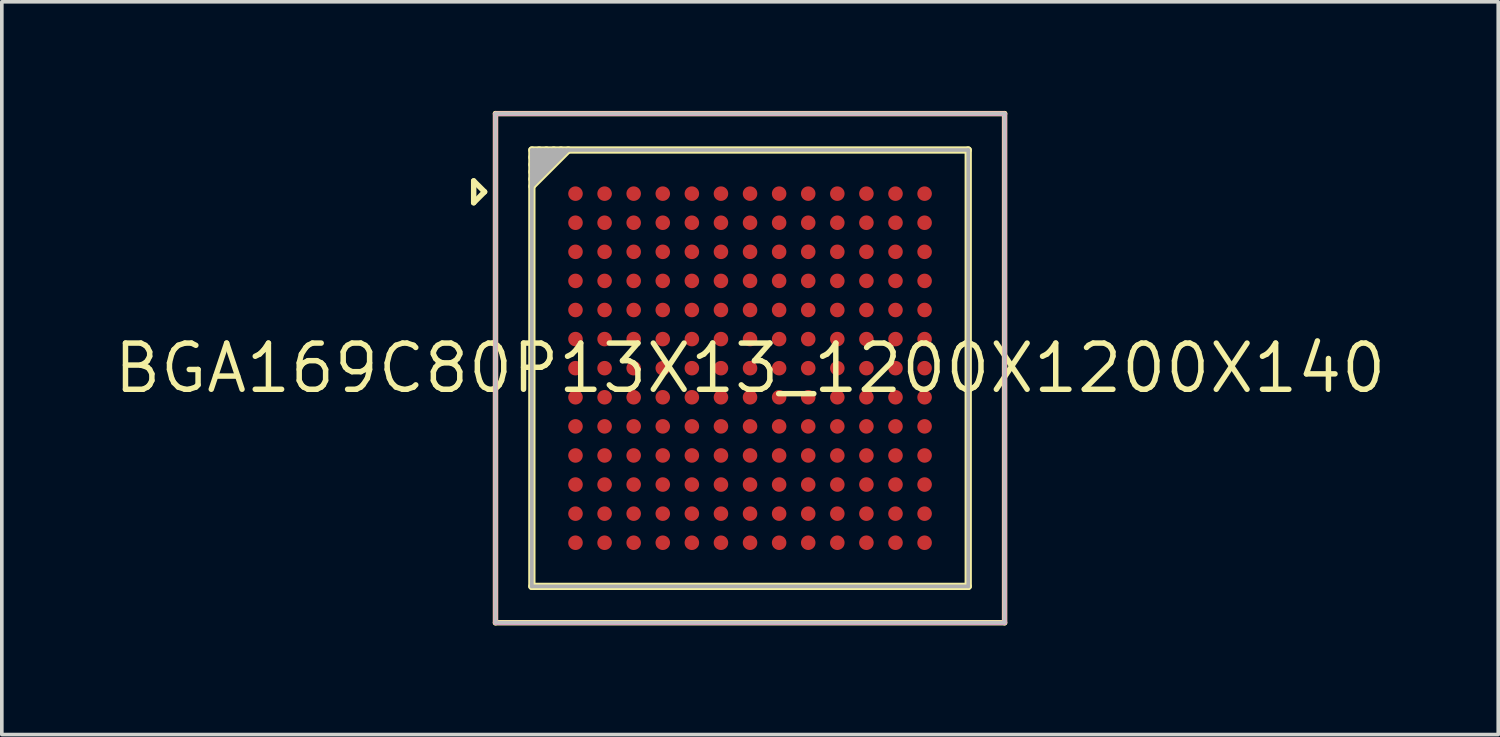
<source format=kicad_pcb>
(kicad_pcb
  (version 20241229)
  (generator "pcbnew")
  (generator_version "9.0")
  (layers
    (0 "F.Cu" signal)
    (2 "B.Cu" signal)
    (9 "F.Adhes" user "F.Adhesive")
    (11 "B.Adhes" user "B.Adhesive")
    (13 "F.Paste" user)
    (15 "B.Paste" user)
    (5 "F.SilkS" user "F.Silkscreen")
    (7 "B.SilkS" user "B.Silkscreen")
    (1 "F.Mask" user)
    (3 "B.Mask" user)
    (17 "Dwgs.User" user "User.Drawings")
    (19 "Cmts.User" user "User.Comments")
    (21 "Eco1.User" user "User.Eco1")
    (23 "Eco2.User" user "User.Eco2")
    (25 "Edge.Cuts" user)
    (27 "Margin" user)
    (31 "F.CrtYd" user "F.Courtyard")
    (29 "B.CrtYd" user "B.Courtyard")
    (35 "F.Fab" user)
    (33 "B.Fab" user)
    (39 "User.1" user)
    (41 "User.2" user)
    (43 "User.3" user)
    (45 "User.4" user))
  (footprint "BGA169C80P13X13_1200X1200X140"
    (layer "F.Cu")
    (at 17.576 7.075)
    (property "Reference" "BGA169C80P13X13_1200X1200X140" (at 0 0 0) (layer "F.SilkS") (effects (font (size 1.27 1.27) (thickness 0.15))))
    (fp_line (start -7.6 -5.15) (end -7.6 -4.55) (stroke (width 0.15) (type solid)) (layer "F.SilkS"))
    (fp_line (start -7.6 -4.55) (end -7.3 -4.85) (stroke (width 0.15) (type solid)) (layer "F.SilkS"))
    (fp_line (start -7.3 -4.85) (end -7.6 -5.15) (stroke (width 0.15) (type solid)) (layer "F.SilkS"))
    (fp_line (start -7 -7) (end 7 -7) (stroke (width 0.15) (type solid)) (layer "F.SilkS"))
    (fp_line (start -7 7) (end -7 -7) (stroke (width 0.15) (type solid)) (layer "F.SilkS"))
    (fp_line (start -6 -6) (end 6 -6) (stroke (width 0.2) (type solid)) (layer "F.SilkS"))
    (fp_line (start -6 6) (end -6 -6) (stroke (width 0.2) (type solid)) (layer "F.SilkS"))
    (fp_line (start -5.8 -6) (end -6 -5.8) (stroke (width 0.2) (type solid)) (layer "F.SilkS"))
    (fp_line (start -5.6 -6) (end -6 -5.6) (stroke (width 0.2) (type solid)) (layer "F.SilkS"))
    (fp_line (start -5.4 -6) (end -6 -5.4) (stroke (width 0.2) (type solid)) (layer "F.SilkS"))
    (fp_line (start -5.2 -6) (end -6 -5.2) (stroke (width 0.2) (type solid)) (layer "F.SilkS"))
    (fp_line (start -5 -6) (end -6 -5) (stroke (width 0.2) (type solid)) (layer "F.SilkS"))
    (fp_line (start 6 -6) (end 6 6) (stroke (width 0.2) (type solid)) (layer "F.SilkS"))
    (fp_line (start 6 6) (end -6 6) (stroke (width 0.2) (type solid)) (layer "F.SilkS"))
    (fp_line (start 7 -7) (end 7 7) (stroke (width 0.15) (type solid)) (layer "F.SilkS"))
    (fp_line (start 7 7) (end -7 7) (stroke (width 0.15) (type solid)) (layer "F.SilkS"))
    (fp_line (start -7 -7) (end 7 -7) (stroke (width 0.1) (type solid)) (layer "Dwgs.User"))
    (fp_line (start -7 7) (end -7 -7) (stroke (width 0.1) (type solid)) (layer "Dwgs.User"))
    (fp_line (start -6 -6) (end 6 -6) (stroke (width 0.001) (type solid)) (layer "Dwgs.User"))
    (fp_line (start -6 6) (end -6 -6) (stroke (width 0.001) (type solid)) (layer "Dwgs.User"))
    (fp_line (start 6 -6) (end 6 6) (stroke (width 0.001) (type solid)) (layer "Dwgs.User"))
    (fp_line (start 6 6) (end -6 6) (stroke (width 0.001) (type solid)) (layer "Dwgs.User"))
    (fp_line (start 7 -7) (end 7 7) (stroke (width 0.1) (type solid)) (layer "Dwgs.User"))
    (fp_line (start 7 7) (end -7 7) (stroke (width 0.1) (type solid)) (layer "Dwgs.User"))
    (fp_line (start -7 -7) (end 7 -7) (stroke (width 0.1) (type solid)) (layer "F.CrtYd"))
    (fp_line (start -7 7) (end -7 -7) (stroke (width 0.1) (type solid)) (layer "F.CrtYd"))
    (fp_line (start 7 -7) (end 7 7) (stroke (width 0.1) (type solid)) (layer "F.CrtYd"))
    (fp_line (start 7 7) (end -7 7) (stroke (width 0.1) (type solid)) (layer "F.CrtYd"))
    (fp_line (start -6 -6) (end 6 -6) (stroke (width 0.1) (type solid)) (layer "F.Fab"))
    (fp_line (start -6 6) (end -6 -6) (stroke (width 0.1) (type solid)) (layer "F.Fab"))
    (fp_line (start -5.9 -6) (end -6 -5.9) (stroke (width 0.1) (type solid)) (layer "F.Fab"))
    (fp_line (start -5.8 -6) (end -6 -5.8) (stroke (width 0.1) (type solid)) (layer "F.Fab"))
    (fp_line (start -5.7 -6) (end -6 -5.7) (stroke (width 0.1) (type solid)) (layer "F.Fab"))
    (fp_line (start -5.6 -6) (end -6 -5.6) (stroke (width 0.1) (type solid)) (layer "F.Fab"))
    (fp_line (start -5.5 -6) (end -6 -5.5) (stroke (width 0.1) (type solid)) (layer "F.Fab"))
    (fp_line (start -5.4 -6) (end -6 -5.4) (stroke (width 0.1) (type solid)) (layer "F.Fab"))
    (fp_line (start -5.3 -6) (end -6 -5.3) (stroke (width 0.1) (type solid)) (layer "F.Fab"))
    (fp_line (start -5.2 -6) (end -6 -5.2) (stroke (width 0.1) (type solid)) (layer "F.Fab"))
    (fp_line (start -5.1 -6) (end -6 -5.1) (stroke (width 0.1) (type solid)) (layer "F.Fab"))
    (fp_line (start -5 -6) (end -6 -5) (stroke (width 0.1) (type solid)) (layer "F.Fab"))
    (fp_line (start 6 -6) (end 6 6) (stroke (width 0.1) (type solid)) (layer "F.Fab"))
    (fp_line (start 6 6) (end -6 6) (stroke (width 0.1) (type solid)) (layer "F.Fab"))
    (pad "A1" smd circle (at -4.8 -4.8) (size 0.4 0.4) (layers "F.Cu" "F.Mask" "F.Paste"))
    (pad "A2" smd circle (at -4 -4.8) (size 0.4 0.4) (layers "F.Cu" "F.Mask" "F.Paste"))
    (pad "A3" smd circle (at -3.2 -4.8) (size 0.4 0.4) (layers "F.Cu" "F.Mask" "F.Paste"))
    (pad "A4" smd circle (at -2.4 -4.8) (size 0.4 0.4) (layers "F.Cu" "F.Mask" "F.Paste"))
    (pad "A5" smd circle (at -1.6 -4.8) (size 0.4 0.4) (layers "F.Cu" "F.Mask" "F.Paste"))
    (pad "A6" smd circle (at -0.8 -4.8) (size 0.4 0.4) (layers "F.Cu" "F.Mask" "F.Paste"))
    (pad "A7" smd circle (at 0 -4.8) (size 0.4 0.4) (layers "F.Cu" "F.Mask" "F.Paste"))
    (pad "A8" smd circle (at 0.8 -4.8) (size 0.4 0.4) (layers "F.Cu" "F.Mask" "F.Paste"))
    (pad "A9" smd circle (at 1.6 -4.8) (size 0.4 0.4) (layers "F.Cu" "F.Mask" "F.Paste"))
    (pad "A10" smd circle (at 2.4 -4.8) (size 0.4 0.4) (layers "F.Cu" "F.Mask" "F.Paste"))
    (pad "A11" smd circle (at 3.2 -4.8) (size 0.4 0.4) (layers "F.Cu" "F.Mask" "F.Paste"))
    (pad "A12" smd circle (at 4 -4.8) (size 0.4 0.4) (layers "F.Cu" "F.Mask" "F.Paste"))
    (pad "A13" smd circle (at 4.8 -4.8) (size 0.4 0.4) (layers "F.Cu" "F.Mask" "F.Paste"))
    (pad "B1" smd circle (at -4.8 -4) (size 0.4 0.4) (layers "F.Cu" "F.Mask" "F.Paste"))
    (pad "B2" smd circle (at -4 -4) (size 0.4 0.4) (layers "F.Cu" "F.Mask" "F.Paste"))
    (pad "B3" smd circle (at -3.2 -4) (size 0.4 0.4) (layers "F.Cu" "F.Mask" "F.Paste"))
    (pad "B4" smd circle (at -2.4 -4) (size 0.4 0.4) (layers "F.Cu" "F.Mask" "F.Paste"))
    (pad "B5" smd circle (at -1.6 -4) (size 0.4 0.4) (layers "F.Cu" "F.Mask" "F.Paste"))
    (pad "B6" smd circle (at -0.8 -4) (size 0.4 0.4) (layers "F.Cu" "F.Mask" "F.Paste"))
    (pad "B7" smd circle (at 0 -4) (size 0.4 0.4) (layers "F.Cu" "F.Mask" "F.Paste"))
    (pad "B8" smd circle (at 0.8 -4) (size 0.4 0.4) (layers "F.Cu" "F.Mask" "F.Paste"))
    (pad "B9" smd circle (at 1.6 -4) (size 0.4 0.4) (layers "F.Cu" "F.Mask" "F.Paste"))
    (pad "B10" smd circle (at 2.4 -4) (size 0.4 0.4) (layers "F.Cu" "F.Mask" "F.Paste"))
    (pad "B11" smd circle (at 3.2 -4) (size 0.4 0.4) (layers "F.Cu" "F.Mask" "F.Paste"))
    (pad "B12" smd circle (at 4 -4) (size 0.4 0.4) (layers "F.Cu" "F.Mask" "F.Paste"))
    (pad "B13" smd circle (at 4.8 -4) (size 0.4 0.4) (layers "F.Cu" "F.Mask" "F.Paste"))
    (pad "C1" smd circle (at -4.8 -3.2) (size 0.4 0.4) (layers "F.Cu" "F.Mask" "F.Paste"))
    (pad "C2" smd circle (at -4 -3.2) (size 0.4 0.4) (layers "F.Cu" "F.Mask" "F.Paste"))
    (pad "C3" smd circle (at -3.2 -3.2) (size 0.4 0.4) (layers "F.Cu" "F.Mask" "F.Paste"))
    (pad "C4" smd circle (at -2.4 -3.2) (size 0.4 0.4) (layers "F.Cu" "F.Mask" "F.Paste"))
    (pad "C5" smd circle (at -1.6 -3.2) (size 0.4 0.4) (layers "F.Cu" "F.Mask" "F.Paste"))
    (pad "C6" smd circle (at -0.8 -3.2) (size 0.4 0.4) (layers "F.Cu" "F.Mask" "F.Paste"))
    (pad "C7" smd circle (at 0 -3.2) (size 0.4 0.4) (layers "F.Cu" "F.Mask" "F.Paste"))
    (pad "C8" smd circle (at 0.8 -3.2) (size 0.4 0.4) (layers "F.Cu" "F.Mask" "F.Paste"))
    (pad "C9" smd circle (at 1.6 -3.2) (size 0.4 0.4) (layers "F.Cu" "F.Mask" "F.Paste"))
    (pad "C10" smd circle (at 2.4 -3.2) (size 0.4 0.4) (layers "F.Cu" "F.Mask" "F.Paste"))
    (pad "C11" smd circle (at 3.2 -3.2) (size 0.4 0.4) (layers "F.Cu" "F.Mask" "F.Paste"))
    (pad "C12" smd circle (at 4 -3.2) (size 0.4 0.4) (layers "F.Cu" "F.Mask" "F.Paste"))
    (pad "C13" smd circle (at 4.8 -3.2) (size 0.4 0.4) (layers "F.Cu" "F.Mask" "F.Paste"))
    (pad "D1" smd circle (at -4.8 -2.4) (size 0.4 0.4) (layers "F.Cu" "F.Mask" "F.Paste"))
    (pad "D2" smd circle (at -4 -2.4) (size 0.4 0.4) (layers "F.Cu" "F.Mask" "F.Paste"))
    (pad "D3" smd circle (at -3.2 -2.4) (size 0.4 0.4) (layers "F.Cu" "F.Mask" "F.Paste"))
    (pad "D4" smd circle (at -2.4 -2.4) (size 0.4 0.4) (layers "F.Cu" "F.Mask" "F.Paste"))
    (pad "D5" smd circle (at -1.6 -2.4) (size 0.4 0.4) (layers "F.Cu" "F.Mask" "F.Paste"))
    (pad "D6" smd circle (at -0.8 -2.4) (size 0.4 0.4) (layers "F.Cu" "F.Mask" "F.Paste"))
    (pad "D7" smd circle (at 0 -2.4) (size 0.4 0.4) (layers "F.Cu" "F.Mask" "F.Paste"))
    (pad "D8" smd circle (at 0.8 -2.4) (size 0.4 0.4) (layers "F.Cu" "F.Mask" "F.Paste"))
    (pad "D9" smd circle (at 1.6 -2.4) (size 0.4 0.4) (layers "F.Cu" "F.Mask" "F.Paste"))
    (pad "D10" smd circle (at 2.4 -2.4) (size 0.4 0.4) (layers "F.Cu" "F.Mask" "F.Paste"))
    (pad "D11" smd circle (at 3.2 -2.4) (size 0.4 0.4) (layers "F.Cu" "F.Mask" "F.Paste"))
    (pad "D12" smd circle (at 4 -2.4) (size 0.4 0.4) (layers "F.Cu" "F.Mask" "F.Paste"))
    (pad "D13" smd circle (at 4.8 -2.4) (size 0.4 0.4) (layers "F.Cu" "F.Mask" "F.Paste"))
    (pad "E1" smd circle (at -4.8 -1.6) (size 0.4 0.4) (layers "F.Cu" "F.Mask" "F.Paste"))
    (pad "E2" smd circle (at -4 -1.6) (size 0.4 0.4) (layers "F.Cu" "F.Mask" "F.Paste"))
    (pad "E3" smd circle (at -3.2 -1.6) (size 0.4 0.4) (layers "F.Cu" "F.Mask" "F.Paste"))
    (pad "E4" smd circle (at -2.4 -1.6) (size 0.4 0.4) (layers "F.Cu" "F.Mask" "F.Paste"))
    (pad "E5" smd circle (at -1.6 -1.6) (size 0.4 0.4) (layers "F.Cu" "F.Mask" "F.Paste"))
    (pad "E6" smd circle (at -0.8 -1.6) (size 0.4 0.4) (layers "F.Cu" "F.Mask" "F.Paste"))
    (pad "E7" smd circle (at 0 -1.6) (size 0.4 0.4) (layers "F.Cu" "F.Mask" "F.Paste"))
    (pad "E8" smd circle (at 0.8 -1.6) (size 0.4 0.4) (layers "F.Cu" "F.Mask" "F.Paste"))
    (pad "E9" smd circle (at 1.6 -1.6) (size 0.4 0.4) (layers "F.Cu" "F.Mask" "F.Paste"))
    (pad "E10" smd circle (at 2.4 -1.6) (size 0.4 0.4) (layers "F.Cu" "F.Mask" "F.Paste"))
    (pad "E11" smd circle (at 3.2 -1.6) (size 0.4 0.4) (layers "F.Cu" "F.Mask" "F.Paste"))
    (pad "E12" smd circle (at 4 -1.6) (size 0.4 0.4) (layers "F.Cu" "F.Mask" "F.Paste"))
    (pad "E13" smd circle (at 4.8 -1.6) (size 0.4 0.4) (layers "F.Cu" "F.Mask" "F.Paste"))
    (pad "F1" smd circle (at -4.8 -0.8) (size 0.4 0.4) (layers "F.Cu" "F.Mask" "F.Paste"))
    (pad "F2" smd circle (at -4 -0.8) (size 0.4 0.4) (layers "F.Cu" "F.Mask" "F.Paste"))
    (pad "F3" smd circle (at -3.2 -0.8) (size 0.4 0.4) (layers "F.Cu" "F.Mask" "F.Paste"))
    (pad "F4" smd circle (at -2.4 -0.8) (size 0.4 0.4) (layers "F.Cu" "F.Mask" "F.Paste"))
    (pad "F5" smd circle (at -1.6 -0.8) (size 0.4 0.4) (layers "F.Cu" "F.Mask" "F.Paste"))
    (pad "F6" smd circle (at -0.8 -0.8) (size 0.4 0.4) (layers "F.Cu" "F.Mask" "F.Paste"))
    (pad "F7" smd circle (at 0 -0.8) (size 0.4 0.4) (layers "F.Cu" "F.Mask" "F.Paste"))
    (pad "F8" smd circle (at 0.8 -0.8) (size 0.4 0.4) (layers "F.Cu" "F.Mask" "F.Paste"))
    (pad "F9" smd circle (at 1.6 -0.8) (size 0.4 0.4) (layers "F.Cu" "F.Mask" "F.Paste"))
    (pad "F10" smd circle (at 2.4 -0.8) (size 0.4 0.4) (layers "F.Cu" "F.Mask" "F.Paste"))
    (pad "F11" smd circle (at 3.2 -0.8) (size 0.4 0.4) (layers "F.Cu" "F.Mask" "F.Paste"))
    (pad "F12" smd circle (at 4 -0.8) (size 0.4 0.4) (layers "F.Cu" "F.Mask" "F.Paste"))
    (pad "F13" smd circle (at 4.8 -0.8) (size 0.4 0.4) (layers "F.Cu" "F.Mask" "F.Paste"))
    (pad "G1" smd circle (at -4.8 0) (size 0.4 0.4) (layers "F.Cu" "F.Mask" "F.Paste"))
    (pad "G2" smd circle (at -4 0) (size 0.4 0.4) (layers "F.Cu" "F.Mask" "F.Paste"))
    (pad "G3" smd circle (at -3.2 0) (size 0.4 0.4) (layers "F.Cu" "F.Mask" "F.Paste"))
    (pad "G4" smd circle (at -2.4 0) (size 0.4 0.4) (layers "F.Cu" "F.Mask" "F.Paste"))
    (pad "G5" smd circle (at -1.6 0) (size 0.4 0.4) (layers "F.Cu" "F.Mask" "F.Paste"))
    (pad "G6" smd circle (at -0.8 0) (size 0.4 0.4) (layers "F.Cu" "F.Mask" "F.Paste"))
    (pad "G7" smd circle (at 0 0) (size 0.4 0.4) (layers "F.Cu" "F.Mask" "F.Paste"))
    (pad "G8" smd circle (at 0.8 0) (size 0.4 0.4) (layers "F.Cu" "F.Mask" "F.Paste"))
    (pad "G9" smd circle (at 1.6 0) (size 0.4 0.4) (layers "F.Cu" "F.Mask" "F.Paste"))
    (pad "G10" smd circle (at 2.4 0) (size 0.4 0.4) (layers "F.Cu" "F.Mask" "F.Paste"))
    (pad "G11" smd circle (at 3.2 0) (size 0.4 0.4) (layers "F.Cu" "F.Mask" "F.Paste"))
    (pad "G12" smd circle (at 4 0) (size 0.4 0.4) (layers "F.Cu" "F.Mask" "F.Paste"))
    (pad "G13" smd circle (at 4.8 0) (size 0.4 0.4) (layers "F.Cu" "F.Mask" "F.Paste"))
    (pad "H1" smd circle (at -4.8 0.8) (size 0.4 0.4) (layers "F.Cu" "F.Mask" "F.Paste"))
    (pad "H2" smd circle (at -4 0.8) (size 0.4 0.4) (layers "F.Cu" "F.Mask" "F.Paste"))
    (pad "H3" smd circle (at -3.2 0.8) (size 0.4 0.4) (layers "F.Cu" "F.Mask" "F.Paste"))
    (pad "H4" smd circle (at -2.4 0.8) (size 0.4 0.4) (layers "F.Cu" "F.Mask" "F.Paste"))
    (pad "H5" smd circle (at -1.6 0.8) (size 0.4 0.4) (layers "F.Cu" "F.Mask" "F.Paste"))
    (pad "H6" smd circle (at -0.8 0.8) (size 0.4 0.4) (layers "F.Cu" "F.Mask" "F.Paste"))
    (pad "H7" smd circle (at 0 0.8) (size 0.4 0.4) (layers "F.Cu" "F.Mask" "F.Paste"))
    (pad "H8" smd circle (at 0.8 0.8) (size 0.4 0.4) (layers "F.Cu" "F.Mask" "F.Paste"))
    (pad "H9" smd circle (at 1.6 0.8) (size 0.4 0.4) (layers "F.Cu" "F.Mask" "F.Paste"))
    (pad "H10" smd circle (at 2.4 0.8) (size 0.4 0.4) (layers "F.Cu" "F.Mask" "F.Paste"))
    (pad "H11" smd circle (at 3.2 0.8) (size 0.4 0.4) (layers "F.Cu" "F.Mask" "F.Paste"))
    (pad "H12" smd circle (at 4 0.8) (size 0.4 0.4) (layers "F.Cu" "F.Mask" "F.Paste"))
    (pad "H13" smd circle (at 4.8 0.8) (size 0.4 0.4) (layers "F.Cu" "F.Mask" "F.Paste"))
    (pad "J1" smd circle (at -4.8 1.6) (size 0.4 0.4) (layers "F.Cu" "F.Mask" "F.Paste"))
    (pad "J2" smd circle (at -4 1.6) (size 0.4 0.4) (layers "F.Cu" "F.Mask" "F.Paste"))
    (pad "J3" smd circle (at -3.2 1.6) (size 0.4 0.4) (layers "F.Cu" "F.Mask" "F.Paste"))
    (pad "J4" smd circle (at -2.4 1.6) (size 0.4 0.4) (layers "F.Cu" "F.Mask" "F.Paste"))
    (pad "J5" smd circle (at -1.6 1.6) (size 0.4 0.4) (layers "F.Cu" "F.Mask" "F.Paste"))
    (pad "J6" smd circle (at -0.8 1.6) (size 0.4 0.4) (layers "F.Cu" "F.Mask" "F.Paste"))
    (pad "J7" smd circle (at 0 1.6) (size 0.4 0.4) (layers "F.Cu" "F.Mask" "F.Paste"))
    (pad "J8" smd circle (at 0.8 1.6) (size 0.4 0.4) (layers "F.Cu" "F.Mask" "F.Paste"))
    (pad "J9" smd circle (at 1.6 1.6) (size 0.4 0.4) (layers "F.Cu" "F.Mask" "F.Paste"))
    (pad "J10" smd circle (at 2.4 1.6) (size 0.4 0.4) (layers "F.Cu" "F.Mask" "F.Paste"))
    (pad "J11" smd circle (at 3.2 1.6) (size 0.4 0.4) (layers "F.Cu" "F.Mask" "F.Paste"))
    (pad "J12" smd circle (at 4 1.6) (size 0.4 0.4) (layers "F.Cu" "F.Mask" "F.Paste"))
    (pad "J13" smd circle (at 4.8 1.6) (size 0.4 0.4) (layers "F.Cu" "F.Mask" "F.Paste"))
    (pad "K1" smd circle (at -4.8 2.4) (size 0.4 0.4) (layers "F.Cu" "F.Mask" "F.Paste"))
    (pad "K2" smd circle (at -4 2.4) (size 0.4 0.4) (layers "F.Cu" "F.Mask" "F.Paste"))
    (pad "K3" smd circle (at -3.2 2.4) (size 0.4 0.4) (layers "F.Cu" "F.Mask" "F.Paste"))
    (pad "K4" smd circle (at -2.4 2.4) (size 0.4 0.4) (layers "F.Cu" "F.Mask" "F.Paste"))
    (pad "K5" smd circle (at -1.6 2.4) (size 0.4 0.4) (layers "F.Cu" "F.Mask" "F.Paste"))
    (pad "K6" smd circle (at -0.8 2.4) (size 0.4 0.4) (layers "F.Cu" "F.Mask" "F.Paste"))
    (pad "K7" smd circle (at 0 2.4) (size 0.4 0.4) (layers "F.Cu" "F.Mask" "F.Paste"))
    (pad "K8" smd circle (at 0.8 2.4) (size 0.4 0.4) (layers "F.Cu" "F.Mask" "F.Paste"))
    (pad "K9" smd circle (at 1.6 2.4) (size 0.4 0.4) (layers "F.Cu" "F.Mask" "F.Paste"))
    (pad "K10" smd circle (at 2.4 2.4) (size 0.4 0.4) (layers "F.Cu" "F.Mask" "F.Paste"))
    (pad "K11" smd circle (at 3.2 2.4) (size 0.4 0.4) (layers "F.Cu" "F.Mask" "F.Paste"))
    (pad "K12" smd circle (at 4 2.4) (size 0.4 0.4) (layers "F.Cu" "F.Mask" "F.Paste"))
    (pad "K13" smd circle (at 4.8 2.4) (size 0.4 0.4) (layers "F.Cu" "F.Mask" "F.Paste"))
    (pad "L1" smd circle (at -4.8 3.2) (size 0.4 0.4) (layers "F.Cu" "F.Mask" "F.Paste"))
    (pad "L2" smd circle (at -4 3.2) (size 0.4 0.4) (layers "F.Cu" "F.Mask" "F.Paste"))
    (pad "L3" smd circle (at -3.2 3.2) (size 0.4 0.4) (layers "F.Cu" "F.Mask" "F.Paste"))
    (pad "L4" smd circle (at -2.4 3.2) (size 0.4 0.4) (layers "F.Cu" "F.Mask" "F.Paste"))
    (pad "L5" smd circle (at -1.6 3.2) (size 0.4 0.4) (layers "F.Cu" "F.Mask" "F.Paste"))
    (pad "L6" smd circle (at -0.8 3.2) (size 0.4 0.4) (layers "F.Cu" "F.Mask" "F.Paste"))
    (pad "L7" smd circle (at 0 3.2) (size 0.4 0.4) (layers "F.Cu" "F.Mask" "F.Paste"))
    (pad "L8" smd circle (at 0.8 3.2) (size 0.4 0.4) (layers "F.Cu" "F.Mask" "F.Paste"))
    (pad "L9" smd circle (at 1.6 3.2) (size 0.4 0.4) (layers "F.Cu" "F.Mask" "F.Paste"))
    (pad "L10" smd circle (at 2.4 3.2) (size 0.4 0.4) (layers "F.Cu" "F.Mask" "F.Paste"))
    (pad "L11" smd circle (at 3.2 3.2) (size 0.4 0.4) (layers "F.Cu" "F.Mask" "F.Paste"))
    (pad "L12" smd circle (at 4 3.2) (size 0.4 0.4) (layers "F.Cu" "F.Mask" "F.Paste"))
    (pad "L13" smd circle (at 4.8 3.2) (size 0.4 0.4) (layers "F.Cu" "F.Mask" "F.Paste"))
    (pad "M1" smd circle (at -4.8 4) (size 0.4 0.4) (layers "F.Cu" "F.Mask" "F.Paste"))
    (pad "M2" smd circle (at -4 4) (size 0.4 0.4) (layers "F.Cu" "F.Mask" "F.Paste"))
    (pad "M3" smd circle (at -3.2 4) (size 0.4 0.4) (layers "F.Cu" "F.Mask" "F.Paste"))
    (pad "M4" smd circle (at -2.4 4) (size 0.4 0.4) (layers "F.Cu" "F.Mask" "F.Paste"))
    (pad "M5" smd circle (at -1.6 4) (size 0.4 0.4) (layers "F.Cu" "F.Mask" "F.Paste"))
    (pad "M6" smd circle (at -0.8 4) (size 0.4 0.4) (layers "F.Cu" "F.Mask" "F.Paste"))
    (pad "M7" smd circle (at 0 4) (size 0.4 0.4) (layers "F.Cu" "F.Mask" "F.Paste"))
    (pad "M8" smd circle (at 0.8 4) (size 0.4 0.4) (layers "F.Cu" "F.Mask" "F.Paste"))
    (pad "M9" smd circle (at 1.6 4) (size 0.4 0.4) (layers "F.Cu" "F.Mask" "F.Paste"))
    (pad "M10" smd circle (at 2.4 4) (size 0.4 0.4) (layers "F.Cu" "F.Mask" "F.Paste"))
    (pad "M11" smd circle (at 3.2 4) (size 0.4 0.4) (layers "F.Cu" "F.Mask" "F.Paste"))
    (pad "M12" smd circle (at 4 4) (size 0.4 0.4) (layers "F.Cu" "F.Mask" "F.Paste"))
    (pad "M13" smd circle (at 4.8 4) (size 0.4 0.4) (layers "F.Cu" "F.Mask" "F.Paste"))
    (pad "N1" smd circle (at -4.8 4.8) (size 0.4 0.4) (layers "F.Cu" "F.Mask" "F.Paste"))
    (pad "N2" smd circle (at -4 4.8) (size 0.4 0.4) (layers "F.Cu" "F.Mask" "F.Paste"))
    (pad "N3" smd circle (at -3.2 4.8) (size 0.4 0.4) (layers "F.Cu" "F.Mask" "F.Paste"))
    (pad "N4" smd circle (at -2.4 4.8) (size 0.4 0.4) (layers "F.Cu" "F.Mask" "F.Paste"))
    (pad "N5" smd circle (at -1.6 4.8) (size 0.4 0.4) (layers "F.Cu" "F.Mask" "F.Paste"))
    (pad "N6" smd circle (at -0.8 4.8) (size 0.4 0.4) (layers "F.Cu" "F.Mask" "F.Paste"))
    (pad "N7" smd circle (at 0 4.8) (size 0.4 0.4) (layers "F.Cu" "F.Mask" "F.Paste"))
    (pad "N8" smd circle (at 0.8 4.8) (size 0.4 0.4) (layers "F.Cu" "F.Mask" "F.Paste"))
    (pad "N9" smd circle (at 1.6 4.8) (size 0.4 0.4) (layers "F.Cu" "F.Mask" "F.Paste"))
    (pad "N10" smd circle (at 2.4 4.8) (size 0.4 0.4) (layers "F.Cu" "F.Mask" "F.Paste"))
    (pad "N11" smd circle (at 3.2 4.8) (size 0.4 0.4) (layers "F.Cu" "F.Mask" "F.Paste"))
    (pad "N12" smd circle (at 4 4.8) (size 0.4 0.4) (layers "F.Cu" "F.Mask" "F.Paste"))
    (pad "N13" smd circle (at 4.8 4.8) (size 0.4 0.4) (layers "F.Cu" "F.Mask" "F.Paste")))
  (gr_rect
    (start -3 -3)
    (end 38.151 17.15)
    (stroke (width 0.1) (type default))
    (fill no)
    (layer "Edge.Cuts")))
</source>
